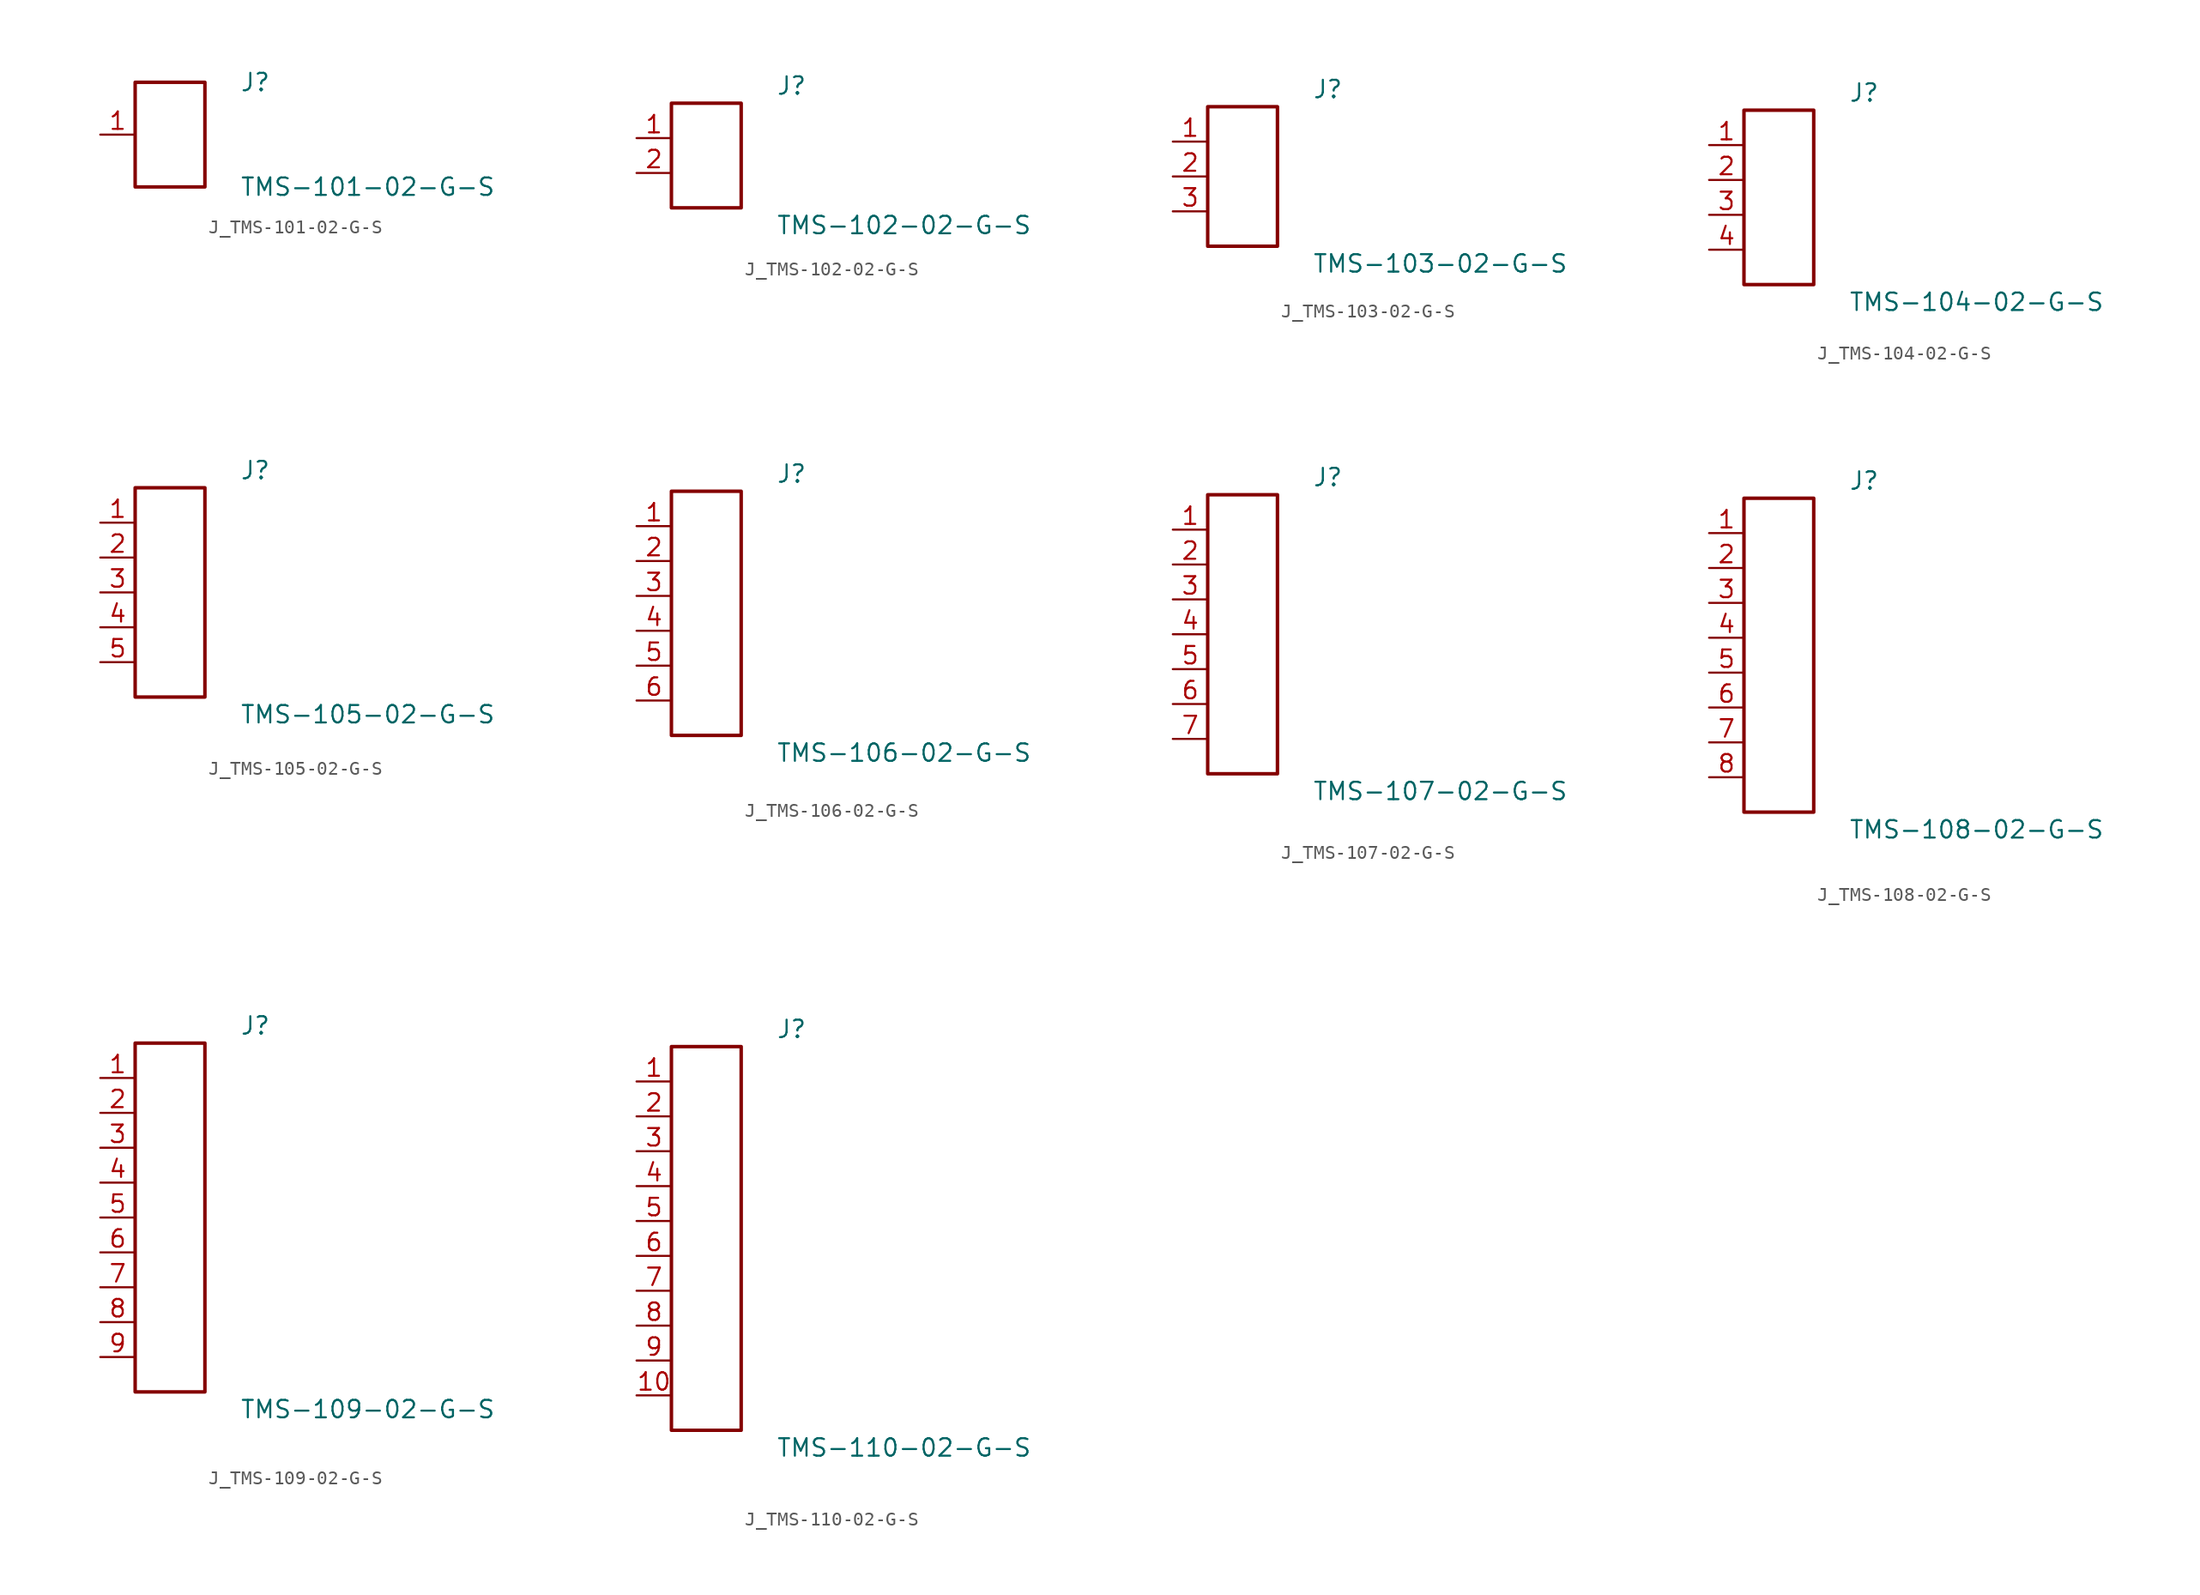
<source format=kicad_sym>
(kicad_symbol_lib
  (version 20231120)
  (generator kicad_symbol_editor)
  (generator_version 8.0)
  (symbol "J_TMS-101-02-G-S"
    (pin_names
      (offset 0.254))
    (property "Reference" "J"
      (at 5.08 3.81 0)
      (effects (font (size 1.27 1.27)) (justify left)))
    (property "Value" "TMS-101-02-G-S"
      (at 5.08 -3.81 0)
      (effects (font (size 1.27 1.27)) (justify left)))
    (symbol "J_TMS-101-02-G-S_0_0"
      (pin passive line (at -5.08 0.0 0) (length 2.54) (name "" (effects (font (size 1.27 1.27)))) (number "1" (effects (font (size 1.27 1.27))))))
    (symbol "J_TMS-101-02-G-S_1_0"
      (rectangle (start -2.54 3.81) (end 2.54 -3.81) (stroke (width 0.254) (type solid)) (fill (type none)))))
  (symbol "J_TMS-102-02-G-S"
    (pin_names
      (offset 0.254))
    (property "Reference" "J"
      (at 5.08 5.08 0)
      (effects (font (size 1.27 1.27)) (justify left)))
    (property "Value" "TMS-102-02-G-S"
      (at 5.08 -5.08 0)
      (effects (font (size 1.27 1.27)) (justify left)))
    (symbol "J_TMS-102-02-G-S_0_0"
      (pin passive line (at -5.08 1.27 0) (length 2.54) (name "" (effects (font (size 1.27 1.27)))) (number "1" (effects (font (size 1.27 1.27)))))
      (pin passive line (at -5.08 -1.27 0) (length 2.54) (name "" (effects (font (size 1.27 1.27)))) (number "2" (effects (font (size 1.27 1.27))))))
    (symbol "J_TMS-102-02-G-S_1_0"
      (rectangle (start -2.54 3.81) (end 2.54 -3.81) (stroke (width 0.254) (type solid)) (fill (type none)))))
  (symbol "J_TMS-103-02-G-S"
    (pin_names
      (offset 0.254))
    (property "Reference" "J"
      (at 5.08 6.35 0)
      (effects (font (size 1.27 1.27)) (justify left)))
    (property "Value" "TMS-103-02-G-S"
      (at 5.08 -6.35 0)
      (effects (font (size 1.27 1.27)) (justify left)))
    (symbol "J_TMS-103-02-G-S_0_0"
      (pin passive line (at -5.08 2.54 0) (length 2.54) (name "" (effects (font (size 1.27 1.27)))) (number "1" (effects (font (size 1.27 1.27)))))
      (pin passive line (at -5.08 0.0 0) (length 2.54) (name "" (effects (font (size 1.27 1.27)))) (number "2" (effects (font (size 1.27 1.27)))))
      (pin passive line (at -5.08 -2.54 0) (length 2.54) (name "" (effects (font (size 1.27 1.27)))) (number "3" (effects (font (size 1.27 1.27))))))
    (symbol "J_TMS-103-02-G-S_1_0"
      (rectangle (start -2.54 5.08) (end 2.54 -5.08) (stroke (width 0.254) (type solid)) (fill (type none)))))
  (symbol "J_TMS-104-02-G-S"
    (pin_names
      (offset 0.254))
    (property "Reference" "J"
      (at 5.08 7.62 0)
      (effects (font (size 1.27 1.27)) (justify left)))
    (property "Value" "TMS-104-02-G-S"
      (at 5.08 -7.62 0)
      (effects (font (size 1.27 1.27)) (justify left)))
    (symbol "J_TMS-104-02-G-S_0_0"
      (pin passive line (at -5.08 3.81 0) (length 2.54) (name "" (effects (font (size 1.27 1.27)))) (number "1" (effects (font (size 1.27 1.27)))))
      (pin passive line (at -5.08 1.27 0) (length 2.54) (name "" (effects (font (size 1.27 1.27)))) (number "2" (effects (font (size 1.27 1.27)))))
      (pin passive line (at -5.08 -1.27 0) (length 2.54) (name "" (effects (font (size 1.27 1.27)))) (number "3" (effects (font (size 1.27 1.27)))))
      (pin passive line (at -5.08 -3.81 0) (length 2.54) (name "" (effects (font (size 1.27 1.27)))) (number "4" (effects (font (size 1.27 1.27))))))
    (symbol "J_TMS-104-02-G-S_1_0"
      (rectangle (start -2.54 6.35) (end 2.54 -6.35) (stroke (width 0.254) (type solid)) (fill (type none)))))
  (symbol "J_TMS-105-02-G-S"
    (pin_names
      (offset 0.254))
    (property "Reference" "J"
      (at 5.08 8.89 0)
      (effects (font (size 1.27 1.27)) (justify left)))
    (property "Value" "TMS-105-02-G-S"
      (at 5.08 -8.89 0)
      (effects (font (size 1.27 1.27)) (justify left)))
    (symbol "J_TMS-105-02-G-S_0_0"
      (pin passive line (at -5.08 5.08 0) (length 2.54) (name "" (effects (font (size 1.27 1.27)))) (number "1" (effects (font (size 1.27 1.27)))))
      (pin passive line (at -5.08 2.54 0) (length 2.54) (name "" (effects (font (size 1.27 1.27)))) (number "2" (effects (font (size 1.27 1.27)))))
      (pin passive line (at -5.08 0.0 0) (length 2.54) (name "" (effects (font (size 1.27 1.27)))) (number "3" (effects (font (size 1.27 1.27)))))
      (pin passive line (at -5.08 -2.54 0) (length 2.54) (name "" (effects (font (size 1.27 1.27)))) (number "4" (effects (font (size 1.27 1.27)))))
      (pin passive line (at -5.08 -5.08 0) (length 2.54) (name "" (effects (font (size 1.27 1.27)))) (number "5" (effects (font (size 1.27 1.27))))))
    (symbol "J_TMS-105-02-G-S_1_0"
      (rectangle (start -2.54 7.62) (end 2.54 -7.62) (stroke (width 0.254) (type solid)) (fill (type none)))))
  (symbol "J_TMS-106-02-G-S"
    (pin_names
      (offset 0.254))
    (property "Reference" "J"
      (at 5.08 10.16 0)
      (effects (font (size 1.27 1.27)) (justify left)))
    (property "Value" "TMS-106-02-G-S"
      (at 5.08 -10.16 0)
      (effects (font (size 1.27 1.27)) (justify left)))
    (symbol "J_TMS-106-02-G-S_0_0"
      (pin passive line (at -5.08 6.35 0) (length 2.54) (name "" (effects (font (size 1.27 1.27)))) (number "1" (effects (font (size 1.27 1.27)))))
      (pin passive line (at -5.08 3.81 0) (length 2.54) (name "" (effects (font (size 1.27 1.27)))) (number "2" (effects (font (size 1.27 1.27)))))
      (pin passive line (at -5.08 1.27 0) (length 2.54) (name "" (effects (font (size 1.27 1.27)))) (number "3" (effects (font (size 1.27 1.27)))))
      (pin passive line (at -5.08 -1.27 0) (length 2.54) (name "" (effects (font (size 1.27 1.27)))) (number "4" (effects (font (size 1.27 1.27)))))
      (pin passive line (at -5.08 -3.81 0) (length 2.54) (name "" (effects (font (size 1.27 1.27)))) (number "5" (effects (font (size 1.27 1.27)))))
      (pin passive line (at -5.08 -6.35 0) (length 2.54) (name "" (effects (font (size 1.27 1.27)))) (number "6" (effects (font (size 1.27 1.27))))))
    (symbol "J_TMS-106-02-G-S_1_0"
      (rectangle (start -2.54 8.89) (end 2.54 -8.89) (stroke (width 0.254) (type solid)) (fill (type none)))))
  (symbol "J_TMS-107-02-G-S"
    (pin_names
      (offset 0.254))
    (property "Reference" "J"
      (at 5.08 11.43 0)
      (effects (font (size 1.27 1.27)) (justify left)))
    (property "Value" "TMS-107-02-G-S"
      (at 5.08 -11.43 0)
      (effects (font (size 1.27 1.27)) (justify left)))
    (symbol "J_TMS-107-02-G-S_0_0"
      (pin passive line (at -5.08 7.62 0) (length 2.54) (name "" (effects (font (size 1.27 1.27)))) (number "1" (effects (font (size 1.27 1.27)))))
      (pin passive line (at -5.08 5.08 0) (length 2.54) (name "" (effects (font (size 1.27 1.27)))) (number "2" (effects (font (size 1.27 1.27)))))
      (pin passive line (at -5.08 2.54 0) (length 2.54) (name "" (effects (font (size 1.27 1.27)))) (number "3" (effects (font (size 1.27 1.27)))))
      (pin passive line (at -5.08 0.0 0) (length 2.54) (name "" (effects (font (size 1.27 1.27)))) (number "4" (effects (font (size 1.27 1.27)))))
      (pin passive line (at -5.08 -2.54 0) (length 2.54) (name "" (effects (font (size 1.27 1.27)))) (number "5" (effects (font (size 1.27 1.27)))))
      (pin passive line (at -5.08 -5.08 0) (length 2.54) (name "" (effects (font (size 1.27 1.27)))) (number "6" (effects (font (size 1.27 1.27)))))
      (pin passive line (at -5.08 -7.62 0) (length 2.54) (name "" (effects (font (size 1.27 1.27)))) (number "7" (effects (font (size 1.27 1.27))))))
    (symbol "J_TMS-107-02-G-S_1_0"
      (rectangle (start -2.54 10.16) (end 2.54 -10.16) (stroke (width 0.254) (type solid)) (fill (type none)))))
  (symbol "J_TMS-108-02-G-S"
    (pin_names
      (offset 0.254))
    (property "Reference" "J"
      (at 5.08 12.7 0)
      (effects (font (size 1.27 1.27)) (justify left)))
    (property "Value" "TMS-108-02-G-S"
      (at 5.08 -12.7 0)
      (effects (font (size 1.27 1.27)) (justify left)))
    (symbol "J_TMS-108-02-G-S_0_0"
      (pin passive line (at -5.08 8.89 0) (length 2.54) (name "" (effects (font (size 1.27 1.27)))) (number "1" (effects (font (size 1.27 1.27)))))
      (pin passive line (at -5.08 6.35 0) (length 2.54) (name "" (effects (font (size 1.27 1.27)))) (number "2" (effects (font (size 1.27 1.27)))))
      (pin passive line (at -5.08 3.81 0) (length 2.54) (name "" (effects (font (size 1.27 1.27)))) (number "3" (effects (font (size 1.27 1.27)))))
      (pin passive line (at -5.08 1.27 0) (length 2.54) (name "" (effects (font (size 1.27 1.27)))) (number "4" (effects (font (size 1.27 1.27)))))
      (pin passive line (at -5.08 -1.27 0) (length 2.54) (name "" (effects (font (size 1.27 1.27)))) (number "5" (effects (font (size 1.27 1.27)))))
      (pin passive line (at -5.08 -3.81 0) (length 2.54) (name "" (effects (font (size 1.27 1.27)))) (number "6" (effects (font (size 1.27 1.27)))))
      (pin passive line (at -5.08 -6.35 0) (length 2.54) (name "" (effects (font (size 1.27 1.27)))) (number "7" (effects (font (size 1.27 1.27)))))
      (pin passive line (at -5.08 -8.89 0) (length 2.54) (name "" (effects (font (size 1.27 1.27)))) (number "8" (effects (font (size 1.27 1.27))))))
    (symbol "J_TMS-108-02-G-S_1_0"
      (rectangle (start -2.54 11.43) (end 2.54 -11.43) (stroke (width 0.254) (type solid)) (fill (type none)))))
  (symbol "J_TMS-109-02-G-S"
    (pin_names
      (offset 0.254))
    (property "Reference" "J"
      (at 5.08 13.97 0)
      (effects (font (size 1.27 1.27)) (justify left)))
    (property "Value" "TMS-109-02-G-S"
      (at 5.08 -13.97 0)
      (effects (font (size 1.27 1.27)) (justify left)))
    (symbol "J_TMS-109-02-G-S_0_0"
      (pin passive line (at -5.08 10.16 0) (length 2.54) (name "" (effects (font (size 1.27 1.27)))) (number "1" (effects (font (size 1.27 1.27)))))
      (pin passive line (at -5.08 7.62 0) (length 2.54) (name "" (effects (font (size 1.27 1.27)))) (number "2" (effects (font (size 1.27 1.27)))))
      (pin passive line (at -5.08 5.08 0) (length 2.54) (name "" (effects (font (size 1.27 1.27)))) (number "3" (effects (font (size 1.27 1.27)))))
      (pin passive line (at -5.08 2.54 0) (length 2.54) (name "" (effects (font (size 1.27 1.27)))) (number "4" (effects (font (size 1.27 1.27)))))
      (pin passive line (at -5.08 0.0 0) (length 2.54) (name "" (effects (font (size 1.27 1.27)))) (number "5" (effects (font (size 1.27 1.27)))))
      (pin passive line (at -5.08 -2.54 0) (length 2.54) (name "" (effects (font (size 1.27 1.27)))) (number "6" (effects (font (size 1.27 1.27)))))
      (pin passive line (at -5.08 -5.08 0) (length 2.54) (name "" (effects (font (size 1.27 1.27)))) (number "7" (effects (font (size 1.27 1.27)))))
      (pin passive line (at -5.08 -7.62 0) (length 2.54) (name "" (effects (font (size 1.27 1.27)))) (number "8" (effects (font (size 1.27 1.27)))))
      (pin passive line (at -5.08 -10.16 0) (length 2.54) (name "" (effects (font (size 1.27 1.27)))) (number "9" (effects (font (size 1.27 1.27))))))
    (symbol "J_TMS-109-02-G-S_1_0"
      (rectangle (start -2.54 12.7) (end 2.54 -12.7) (stroke (width 0.254) (type solid)) (fill (type none)))))
  (symbol "J_TMS-110-02-G-S"
    (pin_names
      (offset 0.254))
    (property "Reference" "J"
      (at 5.08 15.24 0)
      (effects (font (size 1.27 1.27)) (justify left)))
    (property "Value" "TMS-110-02-G-S"
      (at 5.08 -15.24 0)
      (effects (font (size 1.27 1.27)) (justify left)))
    (symbol "J_TMS-110-02-G-S_0_0"
      (pin passive line (at -5.08 11.43 0) (length 2.54) (name "" (effects (font (size 1.27 1.27)))) (number "1" (effects (font (size 1.27 1.27)))))
      (pin passive line (at -5.08 8.89 0) (length 2.54) (name "" (effects (font (size 1.27 1.27)))) (number "2" (effects (font (size 1.27 1.27)))))
      (pin passive line (at -5.08 6.35 0) (length 2.54) (name "" (effects (font (size 1.27 1.27)))) (number "3" (effects (font (size 1.27 1.27)))))
      (pin passive line (at -5.08 3.81 0) (length 2.54) (name "" (effects (font (size 1.27 1.27)))) (number "4" (effects (font (size 1.27 1.27)))))
      (pin passive line (at -5.08 1.27 0) (length 2.54) (name "" (effects (font (size 1.27 1.27)))) (number "5" (effects (font (size 1.27 1.27)))))
      (pin passive line (at -5.08 -1.27 0) (length 2.54) (name "" (effects (font (size 1.27 1.27)))) (number "6" (effects (font (size 1.27 1.27)))))
      (pin passive line (at -5.08 -3.81 0) (length 2.54) (name "" (effects (font (size 1.27 1.27)))) (number "7" (effects (font (size 1.27 1.27)))))
      (pin passive line (at -5.08 -6.35 0) (length 2.54) (name "" (effects (font (size 1.27 1.27)))) (number "8" (effects (font (size 1.27 1.27)))))
      (pin passive line (at -5.08 -8.89 0) (length 2.54) (name "" (effects (font (size 1.27 1.27)))) (number "9" (effects (font (size 1.27 1.27)))))
      (pin passive line (at -5.08 -11.43 0) (length 2.54) (name "" (effects (font (size 1.27 1.27)))) (number "10" (effects (font (size 1.27 1.27))))))
    (symbol "J_TMS-110-02-G-S_1_0"
      (rectangle (start -2.54 13.97) (end 2.54 -13.97) (stroke (width 0.254) (type solid)) (fill (type none))))))
</source>
